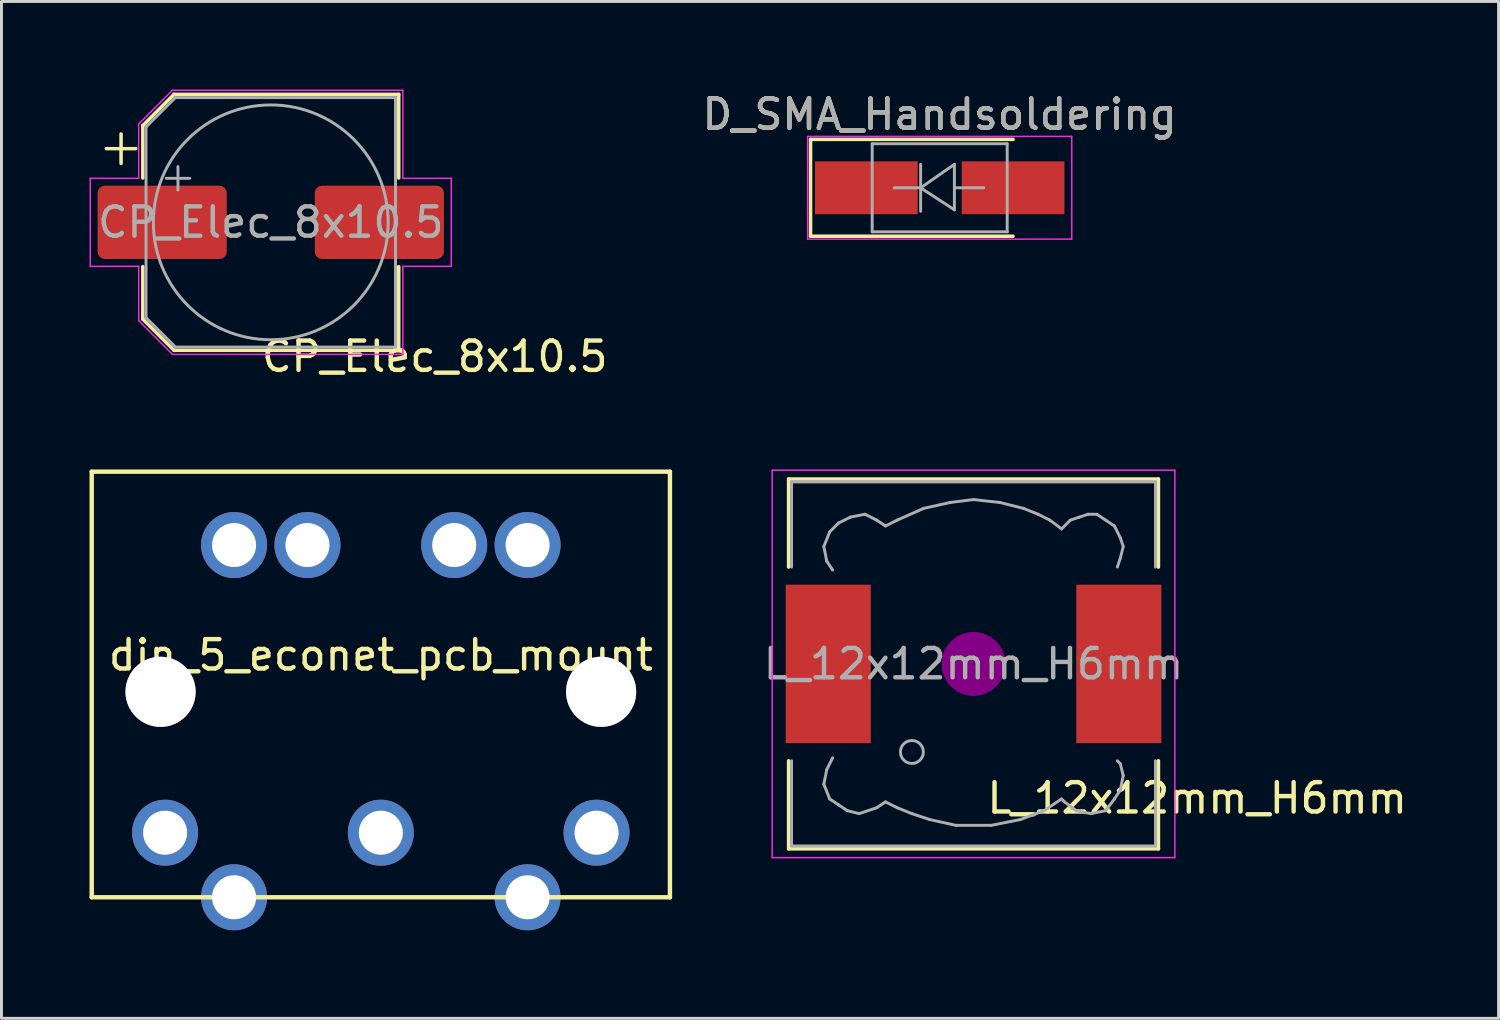
<source format=kicad_pcb>
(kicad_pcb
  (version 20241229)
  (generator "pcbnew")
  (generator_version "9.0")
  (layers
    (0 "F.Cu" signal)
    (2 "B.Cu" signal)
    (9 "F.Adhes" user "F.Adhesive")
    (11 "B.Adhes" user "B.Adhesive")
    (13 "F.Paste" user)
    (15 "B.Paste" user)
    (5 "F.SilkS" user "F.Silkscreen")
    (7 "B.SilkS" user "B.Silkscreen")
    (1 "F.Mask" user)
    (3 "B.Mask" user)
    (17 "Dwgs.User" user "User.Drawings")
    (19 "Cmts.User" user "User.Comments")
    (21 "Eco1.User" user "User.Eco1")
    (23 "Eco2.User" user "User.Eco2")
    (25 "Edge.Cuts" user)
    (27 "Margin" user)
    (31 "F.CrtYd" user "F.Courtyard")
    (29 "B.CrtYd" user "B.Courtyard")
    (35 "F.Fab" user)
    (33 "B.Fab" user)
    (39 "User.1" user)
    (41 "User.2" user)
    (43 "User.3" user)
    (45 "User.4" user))
  (footprint "CP_Elec_8x10.5"
    (layer "F.Cu")
    (at 6.175 4.525)
    (property "Reference" "CP_Elec_8x10.5" (at 5.588 4.572 0) (layer "F.SilkS") (effects (font (size 1 1) (thickness 0.15))))
    (attr smd)
    (fp_line (start -5.6 -2.51) (end -4.6 -2.51) (stroke (width 0.12) (type solid)) (layer "F.SilkS"))
    (fp_line (start -5.1 -3.01) (end -5.1 -2.01) (stroke (width 0.12) (type solid)) (layer "F.SilkS"))
    (fp_line (start -4.36 -3.296) (end -4.36 -1.51) (stroke (width 0.12) (type solid)) (layer "F.SilkS"))
    (fp_line (start -4.36 -3.296) (end -3.296 -4.36) (stroke (width 0.12) (type solid)) (layer "F.SilkS"))
    (fp_line (start -4.36 3.296) (end -4.36 1.51) (stroke (width 0.12) (type solid)) (layer "F.SilkS"))
    (fp_line (start -4.36 3.296) (end -3.296 4.36) (stroke (width 0.12) (type solid)) (layer "F.SilkS"))
    (fp_line (start -3.296 -4.36) (end 4.36 -4.36) (stroke (width 0.12) (type solid)) (layer "F.SilkS"))
    (fp_line (start -3.296 4.36) (end 4.36 4.36) (stroke (width 0.12) (type solid)) (layer "F.SilkS"))
    (fp_line (start 4.36 -4.36) (end 4.36 -1.51) (stroke (width 0.12) (type solid)) (layer "F.SilkS"))
    (fp_line (start 4.36 4.36) (end 4.36 1.51) (stroke (width 0.12) (type solid)) (layer "F.SilkS"))
    (fp_line (start -6.15 -1.5) (end -6.15 1.5) (stroke (width 0.05) (type solid)) (layer "F.CrtYd"))
    (fp_line (start -6.15 1.5) (end -4.5 1.5) (stroke (width 0.05) (type solid)) (layer "F.CrtYd"))
    (fp_line (start -4.5 -3.35) (end -4.5 -1.5) (stroke (width 0.05) (type solid)) (layer "F.CrtYd"))
    (fp_line (start -4.5 -3.35) (end -3.35 -4.5) (stroke (width 0.05) (type solid)) (layer "F.CrtYd"))
    (fp_line (start -4.5 -1.5) (end -6.15 -1.5) (stroke (width 0.05) (type solid)) (layer "F.CrtYd"))
    (fp_line (start -4.5 1.5) (end -4.5 3.35) (stroke (width 0.05) (type solid)) (layer "F.CrtYd"))
    (fp_line (start -4.5 3.35) (end -3.35 4.5) (stroke (width 0.05) (type solid)) (layer "F.CrtYd"))
    (fp_line (start -3.35 -4.5) (end 4.5 -4.5) (stroke (width 0.05) (type solid)) (layer "F.CrtYd"))
    (fp_line (start -3.35 4.5) (end 4.5 4.5) (stroke (width 0.05) (type solid)) (layer "F.CrtYd"))
    (fp_line (start 4.5 -4.5) (end 4.5 -1.5) (stroke (width 0.05) (type solid)) (layer "F.CrtYd"))
    (fp_line (start 4.5 -1.5) (end 6.15 -1.5) (stroke (width 0.05) (type solid)) (layer "F.CrtYd"))
    (fp_line (start 4.5 1.5) (end 4.5 4.5) (stroke (width 0.05) (type solid)) (layer "F.CrtYd"))
    (fp_line (start 6.15 -1.5) (end 6.15 1.5) (stroke (width 0.05) (type solid)) (layer "F.CrtYd"))
    (fp_line (start 6.15 1.5) (end 4.5 1.5) (stroke (width 0.05) (type solid)) (layer "F.CrtYd"))
    (fp_line (start -4.25 -3.25) (end -4.25 3.25) (stroke (width 0.1) (type solid)) (layer "F.Fab"))
    (fp_line (start -4.25 -3.25) (end -3.25 -4.25) (stroke (width 0.1) (type solid)) (layer "F.Fab"))
    (fp_line (start -4.25 3.25) (end -3.25 4.25) (stroke (width 0.1) (type solid)) (layer "F.Fab"))
    (fp_line (start -3.562 -1.5) (end -2.762 -1.5) (stroke (width 0.1) (type solid)) (layer "F.Fab"))
    (fp_line (start -3.25 -4.25) (end 4.25 -4.25) (stroke (width 0.1) (type solid)) (layer "F.Fab"))
    (fp_line (start -3.25 4.25) (end 4.25 4.25) (stroke (width 0.1) (type solid)) (layer "F.Fab"))
    (fp_line (start -3.162 -1.9) (end -3.162 -1.1) (stroke (width 0.1) (type solid)) (layer "F.Fab"))
    (fp_line (start 4.25 -4.25) (end 4.25 4.25) (stroke (width 0.1) (type solid)) (layer "F.Fab"))
    (fp_circle (center 0 0) (end 4 0) (stroke (width 0.1) (type solid)) (fill no) (layer "F.Fab"))
    (fp_text user "${REFERENCE}" (at 0 0 0) (layer "F.Fab") (effects (font (size 1 1) (thickness 0.15))))
    (pad "1" smd roundrect (at -3.7 0) (size 4.4 2.5) (layers "F.Cu" "F.Mask" "F.Paste") (roundrect_rratio 0.1))
    (pad "2" smd roundrect (at 3.7 0) (size 4.4 2.5) (layers "F.Cu" "F.Mask" "F.Paste") (roundrect_rratio 0.1)))
  (footprint "D_SMA_Handsoldering"
    (layer "F.Cu")
    (at 28.965 3.348)
    (property "Reference" "D_SMA_Handsoldering" (at 0 -2.5 0) (layer "F.SilkS") (effects (font (size 1 1) (thickness 0.15))))
    (attr smd)
    (fp_line (start -4.4 -1.65) (end -4.4 1.65) (stroke (width 0.12) (type solid)) (layer "F.SilkS"))
    (fp_line (start -4.4 -1.65) (end 2.5 -1.65) (stroke (width 0.12) (type solid)) (layer "F.SilkS"))
    (fp_line (start -4.4 1.65) (end 2.5 1.65) (stroke (width 0.12) (type solid)) (layer "F.SilkS"))
    (fp_line (start -4.5 -1.75) (end 4.5 -1.75) (stroke (width 0.05) (type solid)) (layer "F.CrtYd"))
    (fp_line (start -4.5 1.75) (end -4.5 -1.75) (stroke (width 0.05) (type solid)) (layer "F.CrtYd"))
    (fp_line (start 4.5 -1.75) (end 4.5 1.75) (stroke (width 0.05) (type solid)) (layer "F.CrtYd"))
    (fp_line (start 4.5 1.75) (end -4.5 1.75) (stroke (width 0.05) (type solid)) (layer "F.CrtYd"))
    (fp_line (start -2.3 1.5) (end -2.3 -1.5) (stroke (width 0.1) (type solid)) (layer "F.Fab"))
    (fp_line (start -0.649 -0.799) (end -0.649 0.801) (stroke (width 0.1) (type solid)) (layer "F.Fab"))
    (fp_line (start -0.649 0.001) (end -1.551 0.001) (stroke (width 0.1) (type solid)) (layer "F.Fab"))
    (fp_line (start -0.649 0.001) (end 0.501 -0.799) (stroke (width 0.1) (type solid)) (layer "F.Fab"))
    (fp_line (start -0.649 0.001) (end 0.501 0.75) (stroke (width 0.1) (type solid)) (layer "F.Fab"))
    (fp_line (start 0.501 0.001) (end 1.499 0.001) (stroke (width 0.1) (type solid)) (layer "F.Fab"))
    (fp_line (start 0.501 0.75) (end 0.501 -0.799) (stroke (width 0.1) (type solid)) (layer "F.Fab"))
    (fp_line (start 2.3 -1.5) (end -2.3 -1.5) (stroke (width 0.1) (type solid)) (layer "F.Fab"))
    (fp_line (start 2.3 -1.5) (end 2.3 1.5) (stroke (width 0.1) (type solid)) (layer "F.Fab"))
    (fp_line (start 2.3 1.5) (end -2.3 1.5) (stroke (width 0.1) (type solid)) (layer "F.Fab"))
    (fp_text user "${REFERENCE}" (at 0 -2.5 0) (layer "F.Fab") (effects (font (size 1 1) (thickness 0.15))))
    (pad "1" smd rect (at -2.5 0) (size 3.5 1.8) (layers "F.Cu" "F.Mask" "F.Paste"))
    (pad "2" smd rect (at 2.5 0) (size 3.5 1.8) (layers "F.Cu" "F.Mask" "F.Paste")))
  (footprint "L_12x12mm_H6mm"
    (layer "F.Cu")
    (at 30.118 19.57)
    (property "Reference" "L_12x12mm_H6mm" (at 7.62 4.572 0) (layer "F.SilkS") (effects (font (size 1 1) (thickness 0.15))))
    (attr smd)
    (fp_line (start -6.3 -6.3) (end 6.3 -6.3) (stroke (width 0.12) (type solid)) (layer "F.SilkS"))
    (fp_line (start -6.3 -3.3) (end -6.3 -6.3) (stroke (width 0.12) (type solid)) (layer "F.SilkS"))
    (fp_line (start -6.3 6.3) (end -6.3 3.3) (stroke (width 0.12) (type solid)) (layer "F.SilkS"))
    (fp_line (start 6.3 -6.3) (end 6.3 -3.3) (stroke (width 0.12) (type solid)) (layer "F.SilkS"))
    (fp_line (start 6.3 3.3) (end 6.3 6.3) (stroke (width 0.12) (type solid)) (layer "F.SilkS"))
    (fp_line (start 6.3 6.3) (end -6.3 6.3) (stroke (width 0.12) (type solid)) (layer "F.SilkS"))
    (fp_circle (center 0 0) (end 0.15 0.15) (stroke (width 0.38) (type solid)) (fill no) (layer "F.Adhes"))
    (fp_circle (center 0 0) (end 0.55 0) (stroke (width 0.38) (type solid)) (fill no) (layer "F.Adhes"))
    (fp_circle (center 0 0) (end 0.9 0) (stroke (width 0.38) (type solid)) (fill no) (layer "F.Adhes"))
    (fp_line (start -6.86 -6.6) (end 6.86 -6.6) (stroke (width 0.05) (type solid)) (layer "F.CrtYd"))
    (fp_line (start -6.86 6.6) (end -6.86 -6.6) (stroke (width 0.05) (type solid)) (layer "F.CrtYd"))
    (fp_line (start 6.86 -6.6) (end 6.86 6.6) (stroke (width 0.05) (type solid)) (layer "F.CrtYd"))
    (fp_line (start 6.86 6.6) (end -6.86 6.6) (stroke (width 0.05) (type solid)) (layer "F.CrtYd"))
    (fp_line (start -6.2 -6.2) (end -6.2 -3.3) (stroke (width 0.1) (type solid)) (layer "F.Fab"))
    (fp_line (start -6.2 3.3) (end -6.2 6.2) (stroke (width 0.1) (type solid)) (layer "F.Fab"))
    (fp_line (start -6.2 6.2) (end 6.2 6.2) (stroke (width 0.1) (type solid)) (layer "F.Fab"))
    (fp_line (start -5.1 -4) (end -5 -3.5) (stroke (width 0.1) (type solid)) (layer "F.Fab"))
    (fp_line (start -5.1 4.1) (end -5 3.6) (stroke (width 0.1) (type solid)) (layer "F.Fab"))
    (fp_line (start -5 -3.5) (end -4.8 -3.2) (stroke (width 0.1) (type solid)) (layer "F.Fab"))
    (fp_line (start -5 3.6) (end -4.8 3.2) (stroke (width 0.1) (type solid)) (layer "F.Fab"))
    (fp_line (start -4.9 -4.5) (end -5.1 -4) (stroke (width 0.1) (type solid)) (layer "F.Fab"))
    (fp_line (start -4.9 4.6) (end -5.1 4.1) (stroke (width 0.1) (type solid)) (layer "F.Fab"))
    (fp_line (start -4.6 -4.8) (end -4.9 -4.5) (stroke (width 0.1) (type solid)) (layer "F.Fab"))
    (fp_line (start -4.6 4.8) (end -4.9 4.6) (stroke (width 0.1) (type solid)) (layer "F.Fab"))
    (fp_line (start -4.3 5) (end -4.6 4.8) (stroke (width 0.1) (type solid)) (layer "F.Fab"))
    (fp_line (start -4.2 -5) (end -4.6 -4.8) (stroke (width 0.1) (type solid)) (layer "F.Fab"))
    (fp_line (start -3.9 5.1) (end -4.3 5) (stroke (width 0.1) (type solid)) (layer "F.Fab"))
    (fp_line (start -3.7 -5.1) (end -4.2 -5) (stroke (width 0.1) (type solid)) (layer "F.Fab"))
    (fp_line (start -3.3 -4.9) (end -3.7 -5.1) (stroke (width 0.1) (type solid)) (layer "F.Fab"))
    (fp_line (start -3.3 4.9) (end -3.9 5.1) (stroke (width 0.1) (type solid)) (layer "F.Fab"))
    (fp_line (start -3 -4.7) (end -3.3 -4.9) (stroke (width 0.1) (type solid)) (layer "F.Fab"))
    (fp_line (start -3 4.7) (end -3.3 4.9) (stroke (width 0.1) (type solid)) (layer "F.Fab"))
    (fp_line (start -2.6 -4.9) (end -3 -4.7) (stroke (width 0.1) (type solid)) (layer "F.Fab"))
    (fp_line (start -2.6 4.9) (end -3 4.7) (stroke (width 0.1) (type solid)) (layer "F.Fab"))
    (fp_line (start -2.1 5.1) (end -2.6 4.9) (stroke (width 0.1) (type solid)) (layer "F.Fab"))
    (fp_line (start -1.7 -5.3) (end -2.6 -4.9) (stroke (width 0.1) (type solid)) (layer "F.Fab"))
    (fp_line (start -1.5 5.3) (end -2.1 5.1) (stroke (width 0.1) (type solid)) (layer "F.Fab"))
    (fp_line (start -0.8 -5.5) (end -1.7 -5.3) (stroke (width 0.1) (type solid)) (layer "F.Fab"))
    (fp_line (start -0.6 5.5) (end -1.5 5.3) (stroke (width 0.1) (type solid)) (layer "F.Fab"))
    (fp_line (start 0 -5.6) (end -0.8 -5.5) (stroke (width 0.1) (type solid)) (layer "F.Fab"))
    (fp_line (start 0.6 5.5) (end -0.6 5.5) (stroke (width 0.1) (type solid)) (layer "F.Fab"))
    (fp_line (start 0.9 -5.5) (end 0 -5.6) (stroke (width 0.1) (type solid)) (layer "F.Fab"))
    (fp_line (start 1.6 5.3) (end 0.6 5.5) (stroke (width 0.1) (type solid)) (layer "F.Fab"))
    (fp_line (start 1.7 -5.3) (end 0.9 -5.5) (stroke (width 0.1) (type solid)) (layer "F.Fab"))
    (fp_line (start 2.2 -5.1) (end 1.7 -5.3) (stroke (width 0.1) (type solid)) (layer "F.Fab"))
    (fp_line (start 2.4 5) (end 1.6 5.3) (stroke (width 0.1) (type solid)) (layer "F.Fab"))
    (fp_line (start 2.6 -4.9) (end 2.2 -5.1) (stroke (width 0.1) (type solid)) (layer "F.Fab"))
    (fp_line (start 3 -4.6) (end 2.6 -4.9) (stroke (width 0.1) (type solid)) (layer "F.Fab"))
    (fp_line (start 3 4.6) (end 2.4 5) (stroke (width 0.1) (type solid)) (layer "F.Fab"))
    (fp_line (start 3.1 4.7) (end 3 4.6) (stroke (width 0.1) (type solid)) (layer "F.Fab"))
    (fp_line (start 3.3 -4.9) (end 3 -4.6) (stroke (width 0.1) (type solid)) (layer "F.Fab"))
    (fp_line (start 3.5 5) (end 3.1 4.7) (stroke (width 0.1) (type solid)) (layer "F.Fab"))
    (fp_line (start 3.6 -5) (end 3.3 -4.9) (stroke (width 0.1) (type solid)) (layer "F.Fab"))
    (fp_line (start 3.9 -5.1) (end 3.6 -5) (stroke (width 0.1) (type solid)) (layer "F.Fab"))
    (fp_line (start 4 5.1) (end 3.5 5) (stroke (width 0.1) (type solid)) (layer "F.Fab"))
    (fp_line (start 4.2 -5.1) (end 3.9 -5.1) (stroke (width 0.1) (type solid)) (layer "F.Fab"))
    (fp_line (start 4.5 -4.9) (end 4.2 -5.1) (stroke (width 0.1) (type solid)) (layer "F.Fab"))
    (fp_line (start 4.5 5) (end 4 5.1) (stroke (width 0.1) (type solid)) (layer "F.Fab"))
    (fp_line (start 4.8 -4.7) (end 4.5 -4.9) (stroke (width 0.1) (type solid)) (layer "F.Fab"))
    (fp_line (start 4.8 4.6) (end 4.5 5) (stroke (width 0.1) (type solid)) (layer "F.Fab"))
    (fp_line (start 4.9 -3.3) (end 5 -3.6) (stroke (width 0.1) (type solid)) (layer "F.Fab"))
    (fp_line (start 4.9 3.3) (end 5 3.4) (stroke (width 0.1) (type solid)) (layer "F.Fab"))
    (fp_line (start 5 -4.3) (end 4.8 -4.7) (stroke (width 0.1) (type solid)) (layer "F.Fab"))
    (fp_line (start 5 -3.6) (end 5.1 -4) (stroke (width 0.1) (type solid)) (layer "F.Fab"))
    (fp_line (start 5 3.4) (end 5.1 3.8) (stroke (width 0.1) (type solid)) (layer "F.Fab"))
    (fp_line (start 5 4.3) (end 4.8 4.6) (stroke (width 0.1) (type solid)) (layer "F.Fab"))
    (fp_line (start 5.1 -4) (end 5 -4.3) (stroke (width 0.1) (type solid)) (layer "F.Fab"))
    (fp_line (start 5.1 3.8) (end 5 4.3) (stroke (width 0.1) (type solid)) (layer "F.Fab"))
    (fp_line (start 6.2 -6.2) (end -6.2 -6.2) (stroke (width 0.1) (type solid)) (layer "F.Fab"))
    (fp_line (start 6.2 -6.2) (end 6.2 -3.3) (stroke (width 0.1) (type solid)) (layer "F.Fab"))
    (fp_line (start 6.2 6.2) (end 6.2 3.3) (stroke (width 0.1) (type solid)) (layer "F.Fab"))
    (fp_circle (center -2.1 3) (end -1.8 3.25) (stroke (width 0.1) (type solid)) (fill no) (layer "F.Fab"))
    (fp_text user "${REFERENCE}" (at 0 0 0) (layer "F.Fab") (effects (font (size 1 1) (thickness 0.15))))
    (pad "1" smd rect (at -4.95 0) (size 2.9 5.4) (layers "F.Cu" "F.Mask" "F.Paste"))
    (pad "2" smd rect (at 4.95 0) (size 2.9 5.4) (layers "F.Cu" "F.Mask" "F.Paste")))
  (footprint "din_5_econet_pcb_mount"
    (layer "F.Cu")
    (at 9.925 20.27)
    (property "Reference" "din_5_econet_pcb_mount" (at 0 -1 0) (layer "F.SilkS") (effects (font (size 1 1) (thickness 0.15))))
    (attr through_hole)
    (fp_line (start -9.85 -7.25) (end -9.85 7.25) (stroke (width 0.15) (type solid)) (layer "F.SilkS"))
    (fp_line (start -9.85 7.25) (end 9.85 7.25) (stroke (width 0.15) (type solid)) (layer "F.SilkS"))
    (fp_line (start 9.85 -7.25) (end -9.85 -7.25) (stroke (width 0.15) (type solid)) (layer "F.SilkS"))
    (fp_line (start 9.85 7.25) (end 9.85 -7.25) (stroke (width 0.15) (type solid)) (layer "F.SilkS"))
    (pad "1" thru_hole circle (at -7.35 5.05) (size 2.25 2.25) (drill 1.5) (layers "*.Cu" "*.Mask"))
    (pad "2" thru_hole circle (at 0 5.05) (size 2.25 2.25) (drill 1.5) (layers "*.Cu" "*.Mask"))
    (pad "3" thru_hole circle (at 7.35 5.05) (size 2.25 2.25) (drill 1.5) (layers "*.Cu" "*.Mask"))
    (pad "4" thru_hole circle (at -5 7.25) (size 2.25 2.25) (drill 1.5) (layers "*.Cu" "*.Mask"))
    (pad "5" thru_hole circle (at 5 7.25) (size 2.25 2.25) (drill 1.5) (layers "*.Cu" "*.Mask"))
    (pad "M1" thru_hole circle (at -7.505 0.25) (size 2.39 2.39) (drill 2.39) (layers "*.Cu" "*.Mask"))
    (pad "M2" thru_hole circle (at 7.505 0.25) (size 2.39 2.39) (drill 2.39) (layers "*.Cu" "*.Mask"))
    (pad "S1" thru_hole circle (at -5 -4.75) (size 2.25 2.25) (drill 1.5) (layers "*.Cu" "*.Mask"))
    (pad "S2" thru_hole circle (at -2.5 -4.75) (size 2.25 2.25) (drill 1.5) (layers "*.Cu" "*.Mask"))
    (pad "S3" thru_hole circle (at 2.5 -4.75) (size 2.25 2.25) (drill 1.5) (layers "*.Cu" "*.Mask"))
    (pad "S4" thru_hole circle (at 5 -4.75) (size 2.25 2.25) (drill 1.5) (layers "*.Cu" "*.Mask")))
  (gr_rect
    (start -3 -3)
    (end 48.006 31.645)
    (stroke (width 0.1) (type default))
    (fill no)
    (layer "Edge.Cuts")))
</source>
